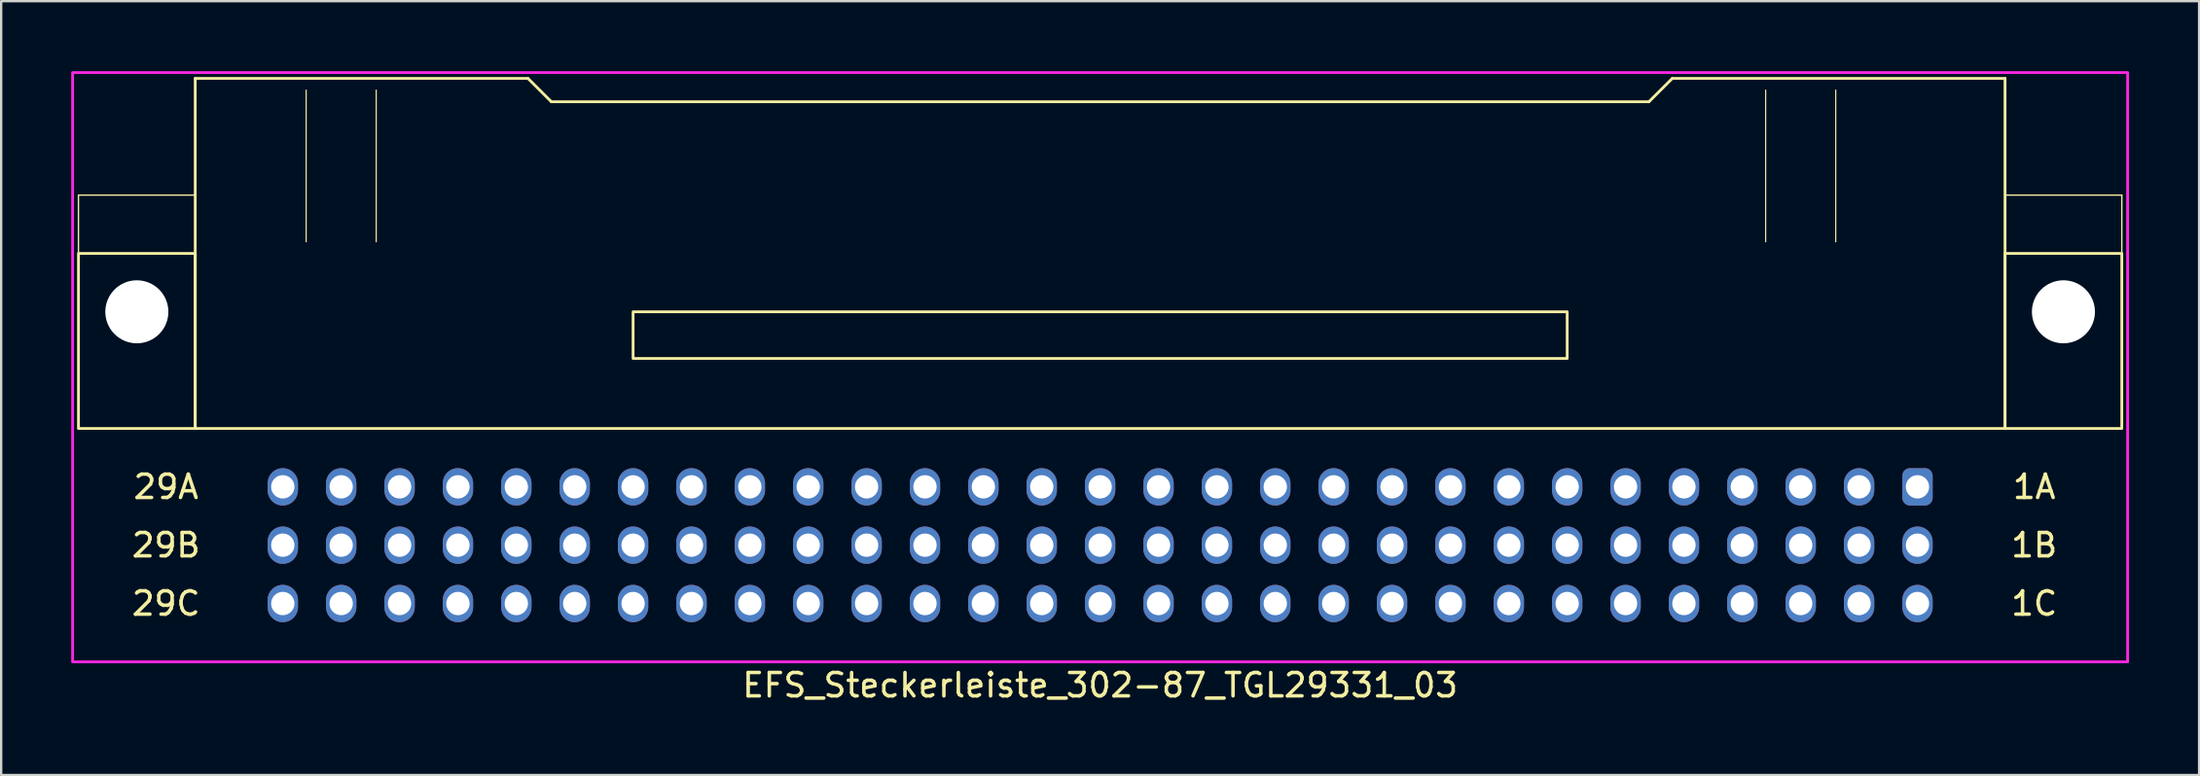
<source format=kicad_pcb>
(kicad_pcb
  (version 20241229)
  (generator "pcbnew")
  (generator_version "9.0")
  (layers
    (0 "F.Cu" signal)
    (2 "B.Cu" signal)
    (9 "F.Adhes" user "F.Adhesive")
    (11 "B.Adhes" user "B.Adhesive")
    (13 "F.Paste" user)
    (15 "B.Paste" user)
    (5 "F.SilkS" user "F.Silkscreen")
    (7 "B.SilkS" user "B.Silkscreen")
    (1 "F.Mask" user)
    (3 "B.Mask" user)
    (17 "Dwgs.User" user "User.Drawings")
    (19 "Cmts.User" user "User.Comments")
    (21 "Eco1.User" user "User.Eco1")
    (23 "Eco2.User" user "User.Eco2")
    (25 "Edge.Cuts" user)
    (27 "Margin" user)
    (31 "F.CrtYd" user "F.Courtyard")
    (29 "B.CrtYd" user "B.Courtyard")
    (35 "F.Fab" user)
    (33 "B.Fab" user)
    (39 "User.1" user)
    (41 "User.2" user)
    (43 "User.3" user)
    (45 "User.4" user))
  (footprint "EFS_Steckerleiste_302-87_TGL29331_03"
    (layer "F.Cu")
    (at 44.06 5.31)
    (property "Reference" "EFS_Steckerleiste_302-87_TGL29331_03" (at 0 21 180) (layer "F.SilkS") (effects (font (size 1 1) (thickness 0.15))))
    (attr through_hole)
    (fp_line (start -43.75 0) (end -43.75 2.5) (stroke (width 0.06) (type solid)) (layer "F.SilkS"))
    (fp_line (start -38.75 -5) (end -38.75 10) (stroke (width 0.12) (type solid)) (layer "F.SilkS"))
    (fp_line (start -38.75 -5) (end -24.5 -5) (stroke (width 0.12) (type solid)) (layer "F.SilkS"))
    (fp_line (start -38.75 0) (end -43.75 0) (stroke (width 0.06) (type solid)) (layer "F.SilkS"))
    (fp_line (start -38.75 10) (end 38.75 10) (stroke (width 0.12) (type solid)) (layer "F.SilkS"))
    (fp_line (start -34 -4.5) (end -34 2) (stroke (width 0.05) (type solid)) (layer "F.SilkS"))
    (fp_line (start -31 -4.5) (end -31 2) (stroke (width 0.05) (type solid)) (layer "F.SilkS"))
    (fp_line (start -24.5 -5) (end -23.5 -4) (stroke (width 0.12) (type solid)) (layer "F.SilkS"))
    (fp_line (start -23.5 -4) (end 23.5 -4) (stroke (width 0.12) (type solid)) (layer "F.SilkS"))
    (fp_line (start 24.5 -5) (end 23.5 -4) (stroke (width 0.12) (type solid)) (layer "F.SilkS"))
    (fp_line (start 28.5 -4.5) (end 28.5 2) (stroke (width 0.05) (type solid)) (layer "F.SilkS"))
    (fp_line (start 31.5 -4.5) (end 31.5 2) (stroke (width 0.05) (type solid)) (layer "F.SilkS"))
    (fp_line (start 38.75 -5) (end 24.5 -5) (stroke (width 0.12) (type solid)) (layer "F.SilkS"))
    (fp_line (start 38.75 10) (end 38.75 -5) (stroke (width 0.12) (type solid)) (layer "F.SilkS"))
    (fp_line (start 43.75 0) (end 38.75 0) (stroke (width 0.06) (type solid)) (layer "F.SilkS"))
    (fp_line (start 43.75 0) (end 43.75 2.5) (stroke (width 0.06) (type solid)) (layer "F.SilkS"))
    (fp_rect (start -38.75 10) (end -43.75 2.5) (stroke (width 0.12) (type solid)) (fill no) (layer "F.SilkS"))
    (fp_rect (start -20 7) (end 20 5) (stroke (width 0.12) (type solid)) (fill no) (layer "F.SilkS"))
    (fp_rect (start 43.75 10) (end 38.75 2.5) (stroke (width 0.12) (type solid)) (fill no) (layer "F.SilkS"))
    (fp_rect (start -44 -5.25) (end 44 20) (stroke (width 0.12) (type solid)) (fill no) (layer "F.CrtYd"))
    (fp_text user "1C" (at 40 17.5 0) (layer "F.SilkS") (effects (font (size 1 1) (thickness 0.15))))
    (fp_text user "29B" (at -40 15 0) (layer "F.SilkS") (effects (font (size 1 1) (thickness 0.15))))
    (fp_text user "1B" (at 40 15 0) (layer "F.SilkS") (effects (font (size 1 1) (thickness 0.15))))
    (fp_text user "29C" (at -40 17.5 0) (layer "F.SilkS") (effects (font (size 1 1) (thickness 0.15))))
    (fp_text user "29A" (at -40 12.5 0) (layer "F.SilkS") (effects (font (size 1 1) (thickness 0.15))))
    (fp_text user "1A" (at 40 12.5 0) (layer "F.SilkS") (effects (font (size 1 1) (thickness 0.15))))
    (pad "" np_thru_hole circle (at -41.25 5) (size 2.7 2.7) (drill 2.7) (layers "*.Cu" "*.Mask"))
    (pad "" np_thru_hole circle (at 41.25 5) (size 2.7 2.7) (drill 2.7) (layers "*.Cu" "*.Mask"))
    (pad "1a" thru_hole roundrect (at 35 12.5) (size 1.3 1.6) (drill 1) (layers "*.Cu" "*.Mask") (roundrect_rratio 0.25))
    (pad "1b" thru_hole oval (at 35 15) (size 1.3 1.6) (drill 1) (layers "*.Cu" "*.Mask"))
    (pad "1c" thru_hole oval (at 35 17.5) (size 1.3 1.6) (drill 1) (layers "*.Cu" "*.Mask"))
    (pad "2a" thru_hole oval (at 32.5 12.5) (size 1.3 1.6) (drill 1) (layers "*.Cu" "*.Mask"))
    (pad "2b" thru_hole oval (at 32.5 15) (size 1.3 1.6) (drill 1) (layers "*.Cu" "*.Mask"))
    (pad "2c" thru_hole oval (at 32.5 17.5) (size 1.3 1.6) (drill 1) (layers "*.Cu" "*.Mask"))
    (pad "3a" thru_hole oval (at 30 12.5) (size 1.3 1.6) (drill 1) (layers "*.Cu" "*.Mask"))
    (pad "3b" thru_hole oval (at 30 15) (size 1.3 1.6) (drill 1) (layers "*.Cu" "*.Mask"))
    (pad "3c" thru_hole oval (at 30 17.5) (size 1.3 1.6) (drill 1) (layers "*.Cu" "*.Mask"))
    (pad "4a" thru_hole oval (at 27.5 12.5) (size 1.3 1.6) (drill 1) (layers "*.Cu" "*.Mask"))
    (pad "4b" thru_hole oval (at 27.5 15) (size 1.3 1.6) (drill 1) (layers "*.Cu" "*.Mask"))
    (pad "4c" thru_hole oval (at 27.5 17.5) (size 1.3 1.6) (drill 1) (layers "*.Cu" "*.Mask"))
    (pad "5a" thru_hole oval (at 25 12.5) (size 1.3 1.6) (drill 1) (layers "*.Cu" "*.Mask"))
    (pad "5b" thru_hole oval (at 25 15) (size 1.3 1.6) (drill 1) (layers "*.Cu" "*.Mask"))
    (pad "5c" thru_hole oval (at 25 17.5) (size 1.3 1.6) (drill 1) (layers "*.Cu" "*.Mask"))
    (pad "6a" thru_hole oval (at 22.5 12.5) (size 1.3 1.6) (drill 1) (layers "*.Cu" "*.Mask"))
    (pad "6b" thru_hole oval (at 22.5 15) (size 1.3 1.6) (drill 1) (layers "*.Cu" "*.Mask"))
    (pad "6c" thru_hole oval (at 22.5 17.5) (size 1.3 1.6) (drill 1) (layers "*.Cu" "*.Mask"))
    (pad "7a" thru_hole oval (at 20 12.5) (size 1.3 1.6) (drill 1) (layers "*.Cu" "*.Mask"))
    (pad "7b" thru_hole oval (at 20 15) (size 1.3 1.6) (drill 1) (layers "*.Cu" "*.Mask"))
    (pad "7c" thru_hole oval (at 20 17.5) (size 1.3 1.6) (drill 1) (layers "*.Cu" "*.Mask"))
    (pad "8a" thru_hole oval (at 17.5 12.5) (size 1.3 1.6) (drill 1) (layers "*.Cu" "*.Mask"))
    (pad "8b" thru_hole oval (at 17.5 15) (size 1.3 1.6) (drill 1) (layers "*.Cu" "*.Mask"))
    (pad "8c" thru_hole oval (at 17.5 17.5) (size 1.3 1.6) (drill 1) (layers "*.Cu" "*.Mask"))
    (pad "9a" thru_hole oval (at 15 12.5) (size 1.3 1.6) (drill 1) (layers "*.Cu" "*.Mask"))
    (pad "9b" thru_hole oval (at 15 15) (size 1.3 1.6) (drill 1) (layers "*.Cu" "*.Mask"))
    (pad "9c" thru_hole oval (at 15 17.5) (size 1.3 1.6) (drill 1) (layers "*.Cu" "*.Mask"))
    (pad "10a" thru_hole oval (at 12.5 12.5) (size 1.3 1.6) (drill 1) (layers "*.Cu" "*.Mask"))
    (pad "10b" thru_hole oval (at 12.5 15) (size 1.3 1.6) (drill 1) (layers "*.Cu" "*.Mask"))
    (pad "10c" thru_hole oval (at 12.5 17.5) (size 1.3 1.6) (drill 1) (layers "*.Cu" "*.Mask"))
    (pad "11a" thru_hole oval (at 10 12.5) (size 1.3 1.6) (drill 1) (layers "*.Cu" "*.Mask"))
    (pad "11b" thru_hole oval (at 10 15) (size 1.3 1.6) (drill 1) (layers "*.Cu" "*.Mask"))
    (pad "11c" thru_hole oval (at 10 17.5) (size 1.3 1.6) (drill 1) (layers "*.Cu" "*.Mask"))
    (pad "12a" thru_hole oval (at 7.5 12.5) (size 1.3 1.6) (drill 1) (layers "*.Cu" "*.Mask"))
    (pad "12b" thru_hole oval (at 7.5 15) (size 1.3 1.6) (drill 1) (layers "*.Cu" "*.Mask"))
    (pad "12c" thru_hole oval (at 7.5 17.5) (size 1.3 1.6) (drill 1) (layers "*.Cu" "*.Mask"))
    (pad "13a" thru_hole oval (at 5 12.5) (size 1.3 1.6) (drill 1) (layers "*.Cu" "*.Mask"))
    (pad "13b" thru_hole oval (at 5 15) (size 1.3 1.6) (drill 1) (layers "*.Cu" "*.Mask"))
    (pad "13c" thru_hole oval (at 5 17.5) (size 1.3 1.6) (drill 1) (layers "*.Cu" "*.Mask"))
    (pad "14a" thru_hole oval (at 2.5 12.5) (size 1.3 1.6) (drill 1) (layers "*.Cu" "*.Mask"))
    (pad "14b" thru_hole oval (at 2.5 15) (size 1.3 1.6) (drill 1) (layers "*.Cu" "*.Mask"))
    (pad "14c" thru_hole oval (at 2.5 17.5) (size 1.3 1.6) (drill 1) (layers "*.Cu" "*.Mask"))
    (pad "15a" thru_hole oval (at 0 12.5) (size 1.3 1.6) (drill 1) (layers "*.Cu" "*.Mask"))
    (pad "15b" thru_hole oval (at 0 15) (size 1.3 1.6) (drill 1) (layers "*.Cu" "*.Mask"))
    (pad "15c" thru_hole oval (at 0 17.5) (size 1.3 1.6) (drill 1) (layers "*.Cu" "*.Mask"))
    (pad "16a" thru_hole oval (at -2.5 12.5) (size 1.3 1.6) (drill 1) (layers "*.Cu" "*.Mask"))
    (pad "16b" thru_hole oval (at -2.5 15) (size 1.3 1.6) (drill 1) (layers "*.Cu" "*.Mask"))
    (pad "16c" thru_hole oval (at -2.5 17.5) (size 1.3 1.6) (drill 1) (layers "*.Cu" "*.Mask"))
    (pad "17a" thru_hole oval (at -5 12.5) (size 1.3 1.6) (drill 1) (layers "*.Cu" "*.Mask"))
    (pad "17b" thru_hole oval (at -5 15) (size 1.3 1.6) (drill 1) (layers "*.Cu" "*.Mask"))
    (pad "17c" thru_hole oval (at -5 17.5) (size 1.3 1.6) (drill 1) (layers "*.Cu" "*.Mask"))
    (pad "18a" thru_hole oval (at -7.5 12.5) (size 1.3 1.6) (drill 1) (layers "*.Cu" "*.Mask"))
    (pad "18b" thru_hole oval (at -7.5 15) (size 1.3 1.6) (drill 1) (layers "*.Cu" "*.Mask"))
    (pad "18c" thru_hole oval (at -7.5 17.5) (size 1.3 1.6) (drill 1) (layers "*.Cu" "*.Mask"))
    (pad "19a" thru_hole oval (at -10 12.5) (size 1.3 1.6) (drill 1) (layers "*.Cu" "*.Mask"))
    (pad "19b" thru_hole oval (at -10 15) (size 1.3 1.6) (drill 1) (layers "*.Cu" "*.Mask"))
    (pad "19c" thru_hole oval (at -10 17.5) (size 1.3 1.6) (drill 1) (layers "*.Cu" "*.Mask"))
    (pad "20a" thru_hole oval (at -12.5 12.5) (size 1.3 1.6) (drill 1) (layers "*.Cu" "*.Mask"))
    (pad "20b" thru_hole oval (at -12.5 15) (size 1.3 1.6) (drill 1) (layers "*.Cu" "*.Mask"))
    (pad "20c" thru_hole oval (at -12.5 17.5) (size 1.3 1.6) (drill 1) (layers "*.Cu" "*.Mask"))
    (pad "21a" thru_hole oval (at -15 12.5) (size 1.3 1.6) (drill 1) (layers "*.Cu" "*.Mask"))
    (pad "21b" thru_hole oval (at -15 15) (size 1.3 1.6) (drill 1) (layers "*.Cu" "*.Mask"))
    (pad "21c" thru_hole oval (at -15 17.5) (size 1.3 1.6) (drill 1) (layers "*.Cu" "*.Mask"))
    (pad "22a" thru_hole oval (at -17.5 12.5) (size 1.3 1.6) (drill 1) (layers "*.Cu" "*.Mask"))
    (pad "22b" thru_hole oval (at -17.5 15) (size 1.3 1.6) (drill 1) (layers "*.Cu" "*.Mask"))
    (pad "22c" thru_hole oval (at -17.5 17.5) (size 1.3 1.6) (drill 1) (layers "*.Cu" "*.Mask"))
    (pad "23a" thru_hole oval (at -20 12.5) (size 1.3 1.6) (drill 1) (layers "*.Cu" "*.Mask"))
    (pad "23b" thru_hole oval (at -20 15) (size 1.3 1.6) (drill 1) (layers "*.Cu" "*.Mask"))
    (pad "23c" thru_hole oval (at -20 17.5) (size 1.3 1.6) (drill 1) (layers "*.Cu" "*.Mask"))
    (pad "24a" thru_hole oval (at -22.5 12.5) (size 1.3 1.6) (drill 1) (layers "*.Cu" "*.Mask"))
    (pad "24b" thru_hole oval (at -22.5 15) (size 1.3 1.6) (drill 1) (layers "*.Cu" "*.Mask"))
    (pad "24c" thru_hole oval (at -22.5 17.5) (size 1.3 1.6) (drill 1) (layers "*.Cu" "*.Mask"))
    (pad "25a" thru_hole oval (at -25 12.5) (size 1.3 1.6) (drill 1) (layers "*.Cu" "*.Mask"))
    (pad "25b" thru_hole oval (at -25 15) (size 1.3 1.6) (drill 1) (layers "*.Cu" "*.Mask"))
    (pad "25c" thru_hole oval (at -25 17.5) (size 1.3 1.6) (drill 1) (layers "*.Cu" "*.Mask"))
    (pad "26a" thru_hole oval (at -27.5 12.5) (size 1.3 1.6) (drill 1) (layers "*.Cu" "*.Mask"))
    (pad "26b" thru_hole oval (at -27.5 15) (size 1.3 1.6) (drill 1) (layers "*.Cu" "*.Mask"))
    (pad "26c" thru_hole oval (at -27.5 17.5) (size 1.3 1.6) (drill 1) (layers "*.Cu" "*.Mask"))
    (pad "27a" thru_hole oval (at -30 12.5) (size 1.3 1.6) (drill 1) (layers "*.Cu" "*.Mask"))
    (pad "27b" thru_hole oval (at -30 15) (size 1.3 1.6) (drill 1) (layers "*.Cu" "*.Mask"))
    (pad "27c" thru_hole oval (at -30 17.5) (size 1.3 1.6) (drill 1) (layers "*.Cu" "*.Mask"))
    (pad "28a" thru_hole oval (at -32.5 12.5) (size 1.3 1.6) (drill 1) (layers "*.Cu" "*.Mask"))
    (pad "28b" thru_hole oval (at -32.5 15) (size 1.3 1.6) (drill 1) (layers "*.Cu" "*.Mask"))
    (pad "28c" thru_hole oval (at -32.5 17.5) (size 1.3 1.6) (drill 1) (layers "*.Cu" "*.Mask"))
    (pad "29a" thru_hole oval (at -35 12.5) (size 1.3 1.6) (drill 1) (layers "*.Cu" "*.Mask"))
    (pad "29b" thru_hole oval (at -35 15) (size 1.3 1.6) (drill 1) (layers "*.Cu" "*.Mask"))
    (pad "29c" thru_hole oval (at -35 17.5) (size 1.3 1.6) (drill 1) (layers "*.Cu" "*.Mask")))
  (gr_rect
    (start -3 -3)
    (end 91.12 30.158)
    (stroke (width 0.1) (type default))
    (fill no)
    (layer "Edge.Cuts")))
</source>
